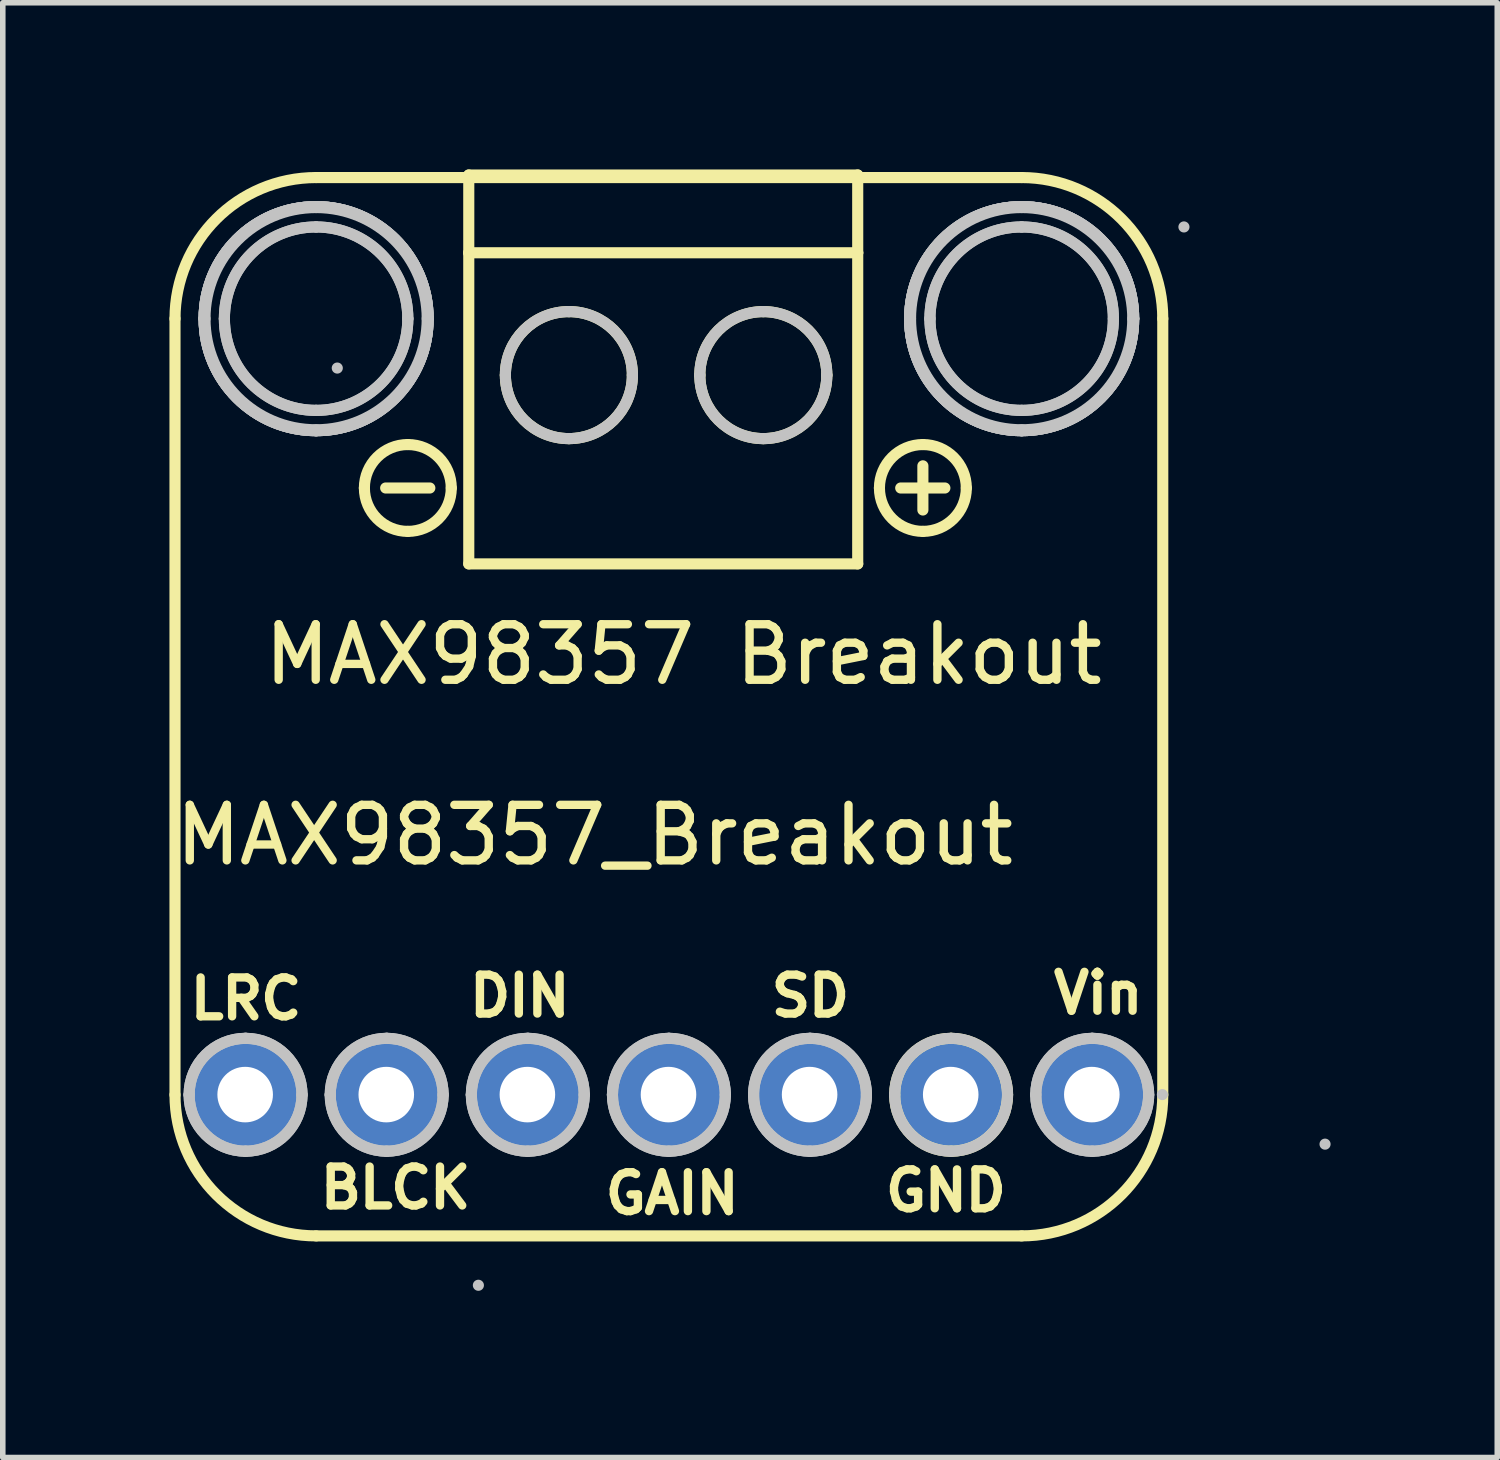
<source format=kicad_pcb>
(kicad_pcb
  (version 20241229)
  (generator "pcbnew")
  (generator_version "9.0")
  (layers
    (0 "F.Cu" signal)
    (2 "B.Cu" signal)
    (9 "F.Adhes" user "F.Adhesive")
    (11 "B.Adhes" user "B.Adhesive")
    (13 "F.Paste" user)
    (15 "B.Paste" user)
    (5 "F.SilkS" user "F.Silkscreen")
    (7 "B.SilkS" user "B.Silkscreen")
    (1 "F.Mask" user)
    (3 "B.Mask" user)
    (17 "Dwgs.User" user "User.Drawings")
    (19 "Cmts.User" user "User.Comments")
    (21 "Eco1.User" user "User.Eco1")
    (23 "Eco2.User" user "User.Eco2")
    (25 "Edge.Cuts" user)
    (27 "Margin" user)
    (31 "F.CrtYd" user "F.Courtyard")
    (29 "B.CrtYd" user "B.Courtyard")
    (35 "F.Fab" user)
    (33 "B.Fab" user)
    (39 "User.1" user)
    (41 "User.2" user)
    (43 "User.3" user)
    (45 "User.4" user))
  (footprint "MAX98357_Breakout"
    (layer "F.Cu")
    (at 9.506 19.348)
    (property "Reference" "MAX98357_Breakout" (at -1.854 -7.366 0) (layer "F.SilkS") (effects (font (size 1 1) (thickness 0.15))))
    (attr through_hole)
    (fp_line (start -9.406 -2.692) (end -9.406 -16.662) (stroke (width 0.2) (type solid)) (layer "F.SilkS"))
    (fp_line (start -6.866 -19.202) (end 5.834 -19.202) (stroke (width 0.2) (type solid)) (layer "F.SilkS"))
    (fp_line (start -5.614 -13.614) (end -4.819 -13.614) (stroke (width 0.2) (type solid)) (layer "F.SilkS"))
    (fp_line (start -4.118 -19.248) (end -4.118 -17.848) (stroke (width 0.2) (type solid)) (layer "F.SilkS"))
    (fp_line (start -4.118 -17.848) (end -4.118 -12.248) (stroke (width 0.2) (type solid)) (layer "F.SilkS"))
    (fp_line (start -4.118 -12.248) (end 2.883 -12.248) (stroke (width 0.2) (type solid)) (layer "F.SilkS"))
    (fp_line (start 2.883 -19.248) (end -4.118 -19.248) (stroke (width 0.2) (type solid)) (layer "F.SilkS"))
    (fp_line (start 2.883 -17.848) (end -4.118 -17.848) (stroke (width 0.2) (type solid)) (layer "F.SilkS"))
    (fp_line (start 2.883 -17.848) (end 2.883 -19.248) (stroke (width 0.2) (type solid)) (layer "F.SilkS"))
    (fp_line (start 2.883 -12.248) (end 2.883 -17.848) (stroke (width 0.2) (type solid)) (layer "F.SilkS"))
    (fp_line (start 4.056 -14.013) (end 4.056 -13.218) (stroke (width 0.2) (type solid)) (layer "F.SilkS"))
    (fp_line (start 4.452 -13.614) (end 3.657 -13.614) (stroke (width 0.2) (type solid)) (layer "F.SilkS"))
    (fp_line (start 5.834 -0.152) (end -6.866 -0.152) (stroke (width 0.2) (type solid)) (layer "F.SilkS"))
    (fp_line (start 8.374 -16.662) (end 8.374 -2.692) (stroke (width 0.2) (type solid)) (layer "F.SilkS"))
    (fp_curve (pts (xy -9.406 -2.692) (xy -9.406 -1.289) (xy -8.269 -0.152) (xy -6.866 -0.152)) (stroke (width 0.2) (type solid)) (layer "F.SilkS"))
    (fp_curve (pts (xy -6.866 -19.202) (xy -8.269 -19.202) (xy -9.406 -18.065) (xy -9.406 -16.662)) (stroke (width 0.2) (type solid)) (layer "F.SilkS"))
    (fp_curve (pts (xy -5.997 -13.614) (xy -5.997 -14.046) (xy -5.647 -14.396) (xy -5.215 -14.396)) (stroke (width 0.2) (type solid)) (layer "F.SilkS"))
    (fp_curve (pts (xy -5.215 -14.396) (xy -4.783 -14.396) (xy -4.433 -14.046) (xy -4.433 -13.614)) (stroke (width 0.2) (type solid)) (layer "F.SilkS"))
    (fp_curve (pts (xy -5.215 -12.833) (xy -5.647 -12.833) (xy -5.997 -13.183) (xy -5.997 -13.614)) (stroke (width 0.2) (type solid)) (layer "F.SilkS"))
    (fp_curve (pts (xy -4.433 -13.614) (xy -4.433 -13.183) (xy -4.783 -12.833) (xy -5.215 -12.833)) (stroke (width 0.2) (type solid)) (layer "F.SilkS"))
    (fp_curve (pts (xy -3.459 -15.646) (xy -3.459 -16.278) (xy -2.947 -16.789) (xy -2.316 -16.789)) (stroke (width 0.2) (type solid)) (layer "F.SilkS"))
    (fp_curve (pts (xy -2.316 -16.789) (xy -1.685 -16.789) (xy -1.173 -16.278) (xy -1.173 -15.646)) (stroke (width 0.2) (type solid)) (layer "F.SilkS"))
    (fp_curve (pts (xy -2.316 -14.503) (xy -2.947 -14.503) (xy -3.459 -15.015) (xy -3.459 -15.646)) (stroke (width 0.2) (type solid)) (layer "F.SilkS"))
    (fp_curve (pts (xy -1.173 -15.646) (xy -1.173 -15.015) (xy -1.685 -14.503) (xy -2.316 -14.503)) (stroke (width 0.2) (type solid)) (layer "F.SilkS"))
    (fp_curve (pts (xy 0.041 -15.646) (xy 0.041 -16.278) (xy 0.553 -16.789) (xy 1.184 -16.789)) (stroke (width 0.2) (type solid)) (layer "F.SilkS"))
    (fp_curve (pts (xy 1.184 -16.789) (xy 1.815 -16.789) (xy 2.327 -16.278) (xy 2.327 -15.646)) (stroke (width 0.2) (type solid)) (layer "F.SilkS"))
    (fp_curve (pts (xy 1.184 -14.503) (xy 0.553 -14.503) (xy 0.041 -15.015) (xy 0.041 -15.646)) (stroke (width 0.2) (type solid)) (layer "F.SilkS"))
    (fp_curve (pts (xy 2.327 -15.646) (xy 2.327 -15.015) (xy 1.815 -14.503) (xy 1.184 -14.503)) (stroke (width 0.2) (type solid)) (layer "F.SilkS"))
    (fp_curve (pts (xy 3.274 -13.614) (xy 3.274 -14.046) (xy 3.624 -14.396) (xy 4.056 -14.396)) (stroke (width 0.2) (type solid)) (layer "F.SilkS"))
    (fp_curve (pts (xy 3.548 -2.692) (xy 3.548 -3.253) (xy 4.003 -3.708) (xy 4.564 -3.708)) (stroke (width 0.2) (type solid)) (layer "F.SilkS"))
    (fp_curve (pts (xy 4.056 -14.396) (xy 4.488 -14.396) (xy 4.838 -14.046) (xy 4.838 -13.614)) (stroke (width 0.2) (type solid)) (layer "F.SilkS"))
    (fp_curve (pts (xy 4.056 -12.833) (xy 3.624 -12.833) (xy 3.274 -13.183) (xy 3.274 -13.614)) (stroke (width 0.2) (type solid)) (layer "F.SilkS"))
    (fp_curve (pts (xy 4.564 -3.708) (xy 5.125 -3.708) (xy 5.58 -3.253) (xy 5.58 -2.692)) (stroke (width 0.2) (type solid)) (layer "F.SilkS"))
    (fp_curve (pts (xy 4.564 -1.676) (xy 4.003 -1.676) (xy 3.548 -2.131) (xy 3.548 -2.692)) (stroke (width 0.2) (type solid)) (layer "F.SilkS"))
    (fp_curve (pts (xy 4.838 -13.614) (xy 4.838 -13.183) (xy 4.488 -12.833) (xy 4.056 -12.833)) (stroke (width 0.2) (type solid)) (layer "F.SilkS"))
    (fp_curve (pts (xy 5.58 -2.692) (xy 5.58 -2.131) (xy 5.125 -1.676) (xy 4.564 -1.676)) (stroke (width 0.2) (type solid)) (layer "F.SilkS"))
    (fp_curve (pts (xy 5.834 -0.152) (xy 7.237 -0.152) (xy 8.374 -1.289) (xy 8.374 -2.692)) (stroke (width 0.2) (type solid)) (layer "F.SilkS"))
    (fp_curve (pts (xy 8.374 -16.662) (xy 8.374 -18.065) (xy 7.237 -19.202) (xy 5.834 -19.202)) (stroke (width 0.2) (type solid)) (layer "F.SilkS"))
    (fp_curve (pts (xy -9.152 -2.692) (xy -9.152 -3.253) (xy -8.697 -3.708) (xy -8.136 -3.708)) (stroke (width 0.2) (type solid)) (layer "Dwgs.User"))
    (fp_curve (pts (xy -9.152 -2.692) (xy -9.152 -3.253) (xy -8.697 -3.708) (xy -8.136 -3.708)) (stroke (width 0.2) (type solid)) (layer "Dwgs.User"))
    (fp_curve (pts (xy -8.882 -16.662) (xy -8.882 -17.776) (xy -7.979 -18.678) (xy -6.866 -18.678)) (stroke (width 0.2) (type solid)) (layer "Dwgs.User"))
    (fp_curve (pts (xy -8.882 -16.662) (xy -8.882 -17.776) (xy -7.979 -18.678) (xy -6.866 -18.678)) (stroke (width 0.2) (type solid)) (layer "Dwgs.User"))
    (fp_curve (pts (xy -8.882 -16.662) (xy -8.882 -17.776) (xy -7.979 -18.678) (xy -6.866 -18.678)) (stroke (width 0.2) (type solid)) (layer "Dwgs.User"))
    (fp_curve (pts (xy -8.882 -16.662) (xy -8.882 -17.776) (xy -7.979 -18.678) (xy -6.866 -18.678)) (stroke (width 0.2) (type solid)) (layer "Dwgs.User"))
    (fp_curve (pts (xy -8.866 -16.662) (xy -8.866 -17.767) (xy -7.971 -18.662) (xy -6.866 -18.662)) (stroke (width 0.2) (type solid)) (layer "Dwgs.User"))
    (fp_curve (pts (xy -8.517 -16.662) (xy -8.517 -17.574) (xy -7.778 -18.313) (xy -6.866 -18.313)) (stroke (width 0.2) (type solid)) (layer "Dwgs.User"))
    (fp_curve (pts (xy -8.517 -16.662) (xy -8.517 -17.574) (xy -7.778 -18.313) (xy -6.866 -18.313)) (stroke (width 0.2) (type solid)) (layer "Dwgs.User"))
    (fp_curve (pts (xy -8.136 -3.708) (xy -7.575 -3.708) (xy -7.12 -3.253) (xy -7.12 -2.692)) (stroke (width 0.2) (type solid)) (layer "Dwgs.User"))
    (fp_curve (pts (xy -8.136 -3.708) (xy -7.575 -3.708) (xy -7.12 -3.253) (xy -7.12 -2.692)) (stroke (width 0.2) (type solid)) (layer "Dwgs.User"))
    (fp_curve (pts (xy -8.136 -1.676) (xy -8.697 -1.676) (xy -9.152 -2.131) (xy -9.152 -2.692)) (stroke (width 0.2) (type solid)) (layer "Dwgs.User"))
    (fp_curve (pts (xy -8.136 -1.676) (xy -8.697 -1.676) (xy -9.152 -2.131) (xy -9.152 -2.692)) (stroke (width 0.2) (type solid)) (layer "Dwgs.User"))
    (fp_curve (pts (xy -7.12 -2.692) (xy -7.12 -2.131) (xy -7.575 -1.676) (xy -8.136 -1.676)) (stroke (width 0.2) (type solid)) (layer "Dwgs.User"))
    (fp_curve (pts (xy -7.12 -2.692) (xy -7.12 -2.131) (xy -7.575 -1.676) (xy -8.136 -1.676)) (stroke (width 0.2) (type solid)) (layer "Dwgs.User"))
    (fp_curve (pts (xy -6.866 -18.678) (xy -5.753 -18.678) (xy -4.85 -17.776) (xy -4.85 -16.662)) (stroke (width 0.2) (type solid)) (layer "Dwgs.User"))
    (fp_curve (pts (xy -6.866 -18.678) (xy -5.753 -18.678) (xy -4.85 -17.776) (xy -4.85 -16.662)) (stroke (width 0.2) (type solid)) (layer "Dwgs.User"))
    (fp_curve (pts (xy -6.866 -18.678) (xy -5.753 -18.678) (xy -4.85 -17.776) (xy -4.85 -16.662)) (stroke (width 0.2) (type solid)) (layer "Dwgs.User"))
    (fp_curve (pts (xy -6.866 -18.678) (xy -5.753 -18.678) (xy -4.85 -17.776) (xy -4.85 -16.662)) (stroke (width 0.2) (type solid)) (layer "Dwgs.User"))
    (fp_curve (pts (xy -6.866 -18.662) (xy -5.761 -18.662) (xy -4.866 -17.767) (xy -4.866 -16.662)) (stroke (width 0.2) (type solid)) (layer "Dwgs.User"))
    (fp_curve (pts (xy -6.866 -18.313) (xy -5.954 -18.313) (xy -5.215 -17.574) (xy -5.215 -16.662)) (stroke (width 0.2) (type solid)) (layer "Dwgs.User"))
    (fp_curve (pts (xy -6.866 -18.313) (xy -5.954 -18.313) (xy -5.215 -17.574) (xy -5.215 -16.662)) (stroke (width 0.2) (type solid)) (layer "Dwgs.User"))
    (fp_curve (pts (xy -6.866 -15.011) (xy -7.778 -15.011) (xy -8.517 -15.751) (xy -8.517 -16.662)) (stroke (width 0.2) (type solid)) (layer "Dwgs.User"))
    (fp_curve (pts (xy -6.866 -15.011) (xy -7.778 -15.011) (xy -8.517 -15.751) (xy -8.517 -16.662)) (stroke (width 0.2) (type solid)) (layer "Dwgs.User"))
    (fp_curve (pts (xy -6.866 -14.662) (xy -7.971 -14.662) (xy -8.866 -15.558) (xy -8.866 -16.662)) (stroke (width 0.2) (type solid)) (layer "Dwgs.User"))
    (fp_curve (pts (xy -6.866 -14.646) (xy -7.979 -14.646) (xy -8.882 -15.549) (xy -8.882 -16.662)) (stroke (width 0.2) (type solid)) (layer "Dwgs.User"))
    (fp_curve (pts (xy -6.866 -14.646) (xy -7.979 -14.646) (xy -8.882 -15.549) (xy -8.882 -16.662)) (stroke (width 0.2) (type solid)) (layer "Dwgs.User"))
    (fp_curve (pts (xy -6.866 -14.646) (xy -7.979 -14.646) (xy -8.882 -15.549) (xy -8.882 -16.662)) (stroke (width 0.2) (type solid)) (layer "Dwgs.User"))
    (fp_curve (pts (xy -6.866 -14.646) (xy -7.979 -14.646) (xy -8.882 -15.549) (xy -8.882 -16.662)) (stroke (width 0.2) (type solid)) (layer "Dwgs.User"))
    (fp_curve (pts (xy -6.612 -2.692) (xy -6.612 -3.253) (xy -6.157 -3.708) (xy -5.596 -3.708)) (stroke (width 0.2) (type solid)) (layer "Dwgs.User"))
    (fp_curve (pts (xy -6.612 -2.692) (xy -6.612 -3.253) (xy -6.157 -3.708) (xy -5.596 -3.708)) (stroke (width 0.2) (type solid)) (layer "Dwgs.User"))
    (fp_curve (pts (xy -6.485 -15.773) (xy -6.485 -15.773) (xy -6.485 -15.773) (xy -6.485 -15.773)) (stroke (width 0.2) (type solid)) (layer "Dwgs.User"))
    (fp_curve (pts (xy -5.596 -3.708) (xy -5.035 -3.708) (xy -4.58 -3.253) (xy -4.58 -2.692)) (stroke (width 0.2) (type solid)) (layer "Dwgs.User"))
    (fp_curve (pts (xy -5.596 -3.708) (xy -5.035 -3.708) (xy -4.58 -3.253) (xy -4.58 -2.692)) (stroke (width 0.2) (type solid)) (layer "Dwgs.User"))
    (fp_curve (pts (xy -5.596 -1.676) (xy -6.157 -1.676) (xy -6.612 -2.131) (xy -6.612 -2.692)) (stroke (width 0.2) (type solid)) (layer "Dwgs.User"))
    (fp_curve (pts (xy -5.596 -1.676) (xy -6.157 -1.676) (xy -6.612 -2.131) (xy -6.612 -2.692)) (stroke (width 0.2) (type solid)) (layer "Dwgs.User"))
    (fp_curve (pts (xy -5.215 -16.662) (xy -5.215 -15.751) (xy -5.954 -15.011) (xy -6.866 -15.011)) (stroke (width 0.2) (type solid)) (layer "Dwgs.User"))
    (fp_curve (pts (xy -5.215 -16.662) (xy -5.215 -15.751) (xy -5.954 -15.011) (xy -6.866 -15.011)) (stroke (width 0.2) (type solid)) (layer "Dwgs.User"))
    (fp_curve (pts (xy -4.866 -16.662) (xy -4.866 -15.558) (xy -5.761 -14.662) (xy -6.866 -14.662)) (stroke (width 0.2) (type solid)) (layer "Dwgs.User"))
    (fp_curve (pts (xy -4.85 -16.662) (xy -4.85 -15.549) (xy -5.753 -14.646) (xy -6.866 -14.646)) (stroke (width 0.2) (type solid)) (layer "Dwgs.User"))
    (fp_curve (pts (xy -4.85 -16.662) (xy -4.85 -15.549) (xy -5.753 -14.646) (xy -6.866 -14.646)) (stroke (width 0.2) (type solid)) (layer "Dwgs.User"))
    (fp_curve (pts (xy -4.85 -16.662) (xy -4.85 -15.549) (xy -5.753 -14.646) (xy -6.866 -14.646)) (stroke (width 0.2) (type solid)) (layer "Dwgs.User"))
    (fp_curve (pts (xy -4.85 -16.662) (xy -4.85 -15.549) (xy -5.753 -14.646) (xy -6.866 -14.646)) (stroke (width 0.2) (type solid)) (layer "Dwgs.User"))
    (fp_curve (pts (xy -4.58 -2.692) (xy -4.58 -2.131) (xy -5.035 -1.676) (xy -5.596 -1.676)) (stroke (width 0.2) (type solid)) (layer "Dwgs.User"))
    (fp_curve (pts (xy -4.58 -2.692) (xy -4.58 -2.131) (xy -5.035 -1.676) (xy -5.596 -1.676)) (stroke (width 0.2) (type solid)) (layer "Dwgs.User"))
    (fp_curve (pts (xy -4.072 -2.692) (xy -4.072 -3.253) (xy -3.617 -3.708) (xy -3.056 -3.708)) (stroke (width 0.2) (type solid)) (layer "Dwgs.User"))
    (fp_curve (pts (xy -4.072 -2.692) (xy -4.072 -3.253) (xy -3.617 -3.708) (xy -3.056 -3.708)) (stroke (width 0.2) (type solid)) (layer "Dwgs.User"))
    (fp_curve (pts (xy -3.945 0.737) (xy -3.945 0.737) (xy -3.945 0.737) (xy -3.945 0.737)) (stroke (width 0.2) (type solid)) (layer "Dwgs.User"))
    (fp_curve (pts (xy -3.459 -15.646) (xy -3.459 -16.278) (xy -2.947 -16.789) (xy -2.316 -16.789)) (stroke (width 0.2) (type solid)) (layer "Dwgs.User"))
    (fp_curve (pts (xy -3.056 -3.708) (xy -2.495 -3.708) (xy -2.04 -3.253) (xy -2.04 -2.692)) (stroke (width 0.2) (type solid)) (layer "Dwgs.User"))
    (fp_curve (pts (xy -3.056 -3.708) (xy -2.495 -3.708) (xy -2.04 -3.253) (xy -2.04 -2.692)) (stroke (width 0.2) (type solid)) (layer "Dwgs.User"))
    (fp_curve (pts (xy -3.056 -1.676) (xy -3.617 -1.676) (xy -4.072 -2.131) (xy -4.072 -2.692)) (stroke (width 0.2) (type solid)) (layer "Dwgs.User"))
    (fp_curve (pts (xy -3.056 -1.676) (xy -3.617 -1.676) (xy -4.072 -2.131) (xy -4.072 -2.692)) (stroke (width 0.2) (type solid)) (layer "Dwgs.User"))
    (fp_curve (pts (xy -2.316 -16.789) (xy -1.685 -16.789) (xy -1.173 -16.278) (xy -1.173 -15.646)) (stroke (width 0.2) (type solid)) (layer "Dwgs.User"))
    (fp_curve (pts (xy -2.316 -14.503) (xy -2.947 -14.503) (xy -3.459 -15.015) (xy -3.459 -15.646)) (stroke (width 0.2) (type solid)) (layer "Dwgs.User"))
    (fp_curve (pts (xy -2.04 -2.692) (xy -2.04 -2.131) (xy -2.495 -1.676) (xy -3.056 -1.676)) (stroke (width 0.2) (type solid)) (layer "Dwgs.User"))
    (fp_curve (pts (xy -2.04 -2.692) (xy -2.04 -2.131) (xy -2.495 -1.676) (xy -3.056 -1.676)) (stroke (width 0.2) (type solid)) (layer "Dwgs.User"))
    (fp_curve (pts (xy -1.532 -2.692) (xy -1.532 -3.253) (xy -1.077 -3.708) (xy -0.516 -3.708)) (stroke (width 0.2) (type solid)) (layer "Dwgs.User"))
    (fp_curve (pts (xy -1.532 -2.692) (xy -1.532 -3.253) (xy -1.077 -3.708) (xy -0.516 -3.708)) (stroke (width 0.2) (type solid)) (layer "Dwgs.User"))
    (fp_curve (pts (xy -1.173 -15.646) (xy -1.173 -15.015) (xy -1.685 -14.503) (xy -2.316 -14.503)) (stroke (width 0.2) (type solid)) (layer "Dwgs.User"))
    (fp_curve (pts (xy -0.516 -3.708) (xy 0.045 -3.708) (xy 0.5 -3.253) (xy 0.5 -2.692)) (stroke (width 0.2) (type solid)) (layer "Dwgs.User"))
    (fp_curve (pts (xy -0.516 -3.708) (xy 0.045 -3.708) (xy 0.5 -3.253) (xy 0.5 -2.692)) (stroke (width 0.2) (type solid)) (layer "Dwgs.User"))
    (fp_curve (pts (xy -0.516 -1.676) (xy -1.077 -1.676) (xy -1.532 -2.131) (xy -1.532 -2.692)) (stroke (width 0.2) (type solid)) (layer "Dwgs.User"))
    (fp_curve (pts (xy -0.516 -1.676) (xy -1.077 -1.676) (xy -1.532 -2.131) (xy -1.532 -2.692)) (stroke (width 0.2) (type solid)) (layer "Dwgs.User"))
    (fp_curve (pts (xy 0.041 -15.646) (xy 0.041 -16.278) (xy 0.553 -16.789) (xy 1.184 -16.789)) (stroke (width 0.2) (type solid)) (layer "Dwgs.User"))
    (fp_curve (pts (xy 0.5 -2.692) (xy 0.5 -2.131) (xy 0.045 -1.676) (xy -0.516 -1.676)) (stroke (width 0.2) (type solid)) (layer "Dwgs.User"))
    (fp_curve (pts (xy 0.5 -2.692) (xy 0.5 -2.131) (xy 0.045 -1.676) (xy -0.516 -1.676)) (stroke (width 0.2) (type solid)) (layer "Dwgs.User"))
    (fp_curve (pts (xy 1.008 -2.692) (xy 1.008 -3.253) (xy 1.463 -3.708) (xy 2.024 -3.708)) (stroke (width 0.2) (type solid)) (layer "Dwgs.User"))
    (fp_curve (pts (xy 1.008 -2.692) (xy 1.008 -3.253) (xy 1.463 -3.708) (xy 2.024 -3.708)) (stroke (width 0.2) (type solid)) (layer "Dwgs.User"))
    (fp_curve (pts (xy 1.184 -16.789) (xy 1.815 -16.789) (xy 2.327 -16.278) (xy 2.327 -15.646)) (stroke (width 0.2) (type solid)) (layer "Dwgs.User"))
    (fp_curve (pts (xy 1.184 -14.503) (xy 0.553 -14.503) (xy 0.041 -15.015) (xy 0.041 -15.646)) (stroke (width 0.2) (type solid)) (layer "Dwgs.User"))
    (fp_curve (pts (xy 2.024 -3.708) (xy 2.585 -3.708) (xy 3.04 -3.253) (xy 3.04 -2.692)) (stroke (width 0.2) (type solid)) (layer "Dwgs.User"))
    (fp_curve (pts (xy 2.024 -3.708) (xy 2.585 -3.708) (xy 3.04 -3.253) (xy 3.04 -2.692)) (stroke (width 0.2) (type solid)) (layer "Dwgs.User"))
    (fp_curve (pts (xy 2.024 -1.676) (xy 1.463 -1.676) (xy 1.008 -2.131) (xy 1.008 -2.692)) (stroke (width 0.2) (type solid)) (layer "Dwgs.User"))
    (fp_curve (pts (xy 2.024 -1.676) (xy 1.463 -1.676) (xy 1.008 -2.131) (xy 1.008 -2.692)) (stroke (width 0.2) (type solid)) (layer "Dwgs.User"))
    (fp_curve (pts (xy 2.327 -15.646) (xy 2.327 -15.015) (xy 1.815 -14.503) (xy 1.184 -14.503)) (stroke (width 0.2) (type solid)) (layer "Dwgs.User"))
    (fp_curve (pts (xy 3.04 -2.692) (xy 3.04 -2.131) (xy 2.585 -1.676) (xy 2.024 -1.676)) (stroke (width 0.2) (type solid)) (layer "Dwgs.User"))
    (fp_curve (pts (xy 3.04 -2.692) (xy 3.04 -2.131) (xy 2.585 -1.676) (xy 2.024 -1.676)) (stroke (width 0.2) (type solid)) (layer "Dwgs.User"))
    (fp_curve (pts (xy 3.548 -2.692) (xy 3.548 -3.253) (xy 4.003 -3.708) (xy 4.564 -3.708)) (stroke (width 0.2) (type solid)) (layer "Dwgs.User"))
    (fp_curve (pts (xy 3.818 -16.662) (xy 3.818 -17.776) (xy 4.721 -18.678) (xy 5.834 -18.678)) (stroke (width 0.2) (type solid)) (layer "Dwgs.User"))
    (fp_curve (pts (xy 3.818 -16.662) (xy 3.818 -17.776) (xy 4.721 -18.678) (xy 5.834 -18.678)) (stroke (width 0.2) (type solid)) (layer "Dwgs.User"))
    (fp_curve (pts (xy 3.818 -16.662) (xy 3.818 -17.776) (xy 4.721 -18.678) (xy 5.834 -18.678)) (stroke (width 0.2) (type solid)) (layer "Dwgs.User"))
    (fp_curve (pts (xy 3.818 -16.662) (xy 3.818 -17.776) (xy 4.721 -18.678) (xy 5.834 -18.678)) (stroke (width 0.2) (type solid)) (layer "Dwgs.User"))
    (fp_curve (pts (xy 3.834 -16.662) (xy 3.834 -17.767) (xy 4.729 -18.662) (xy 5.834 -18.662)) (stroke (width 0.2) (type solid)) (layer "Dwgs.User"))
    (fp_curve (pts (xy 4.183 -16.662) (xy 4.183 -17.574) (xy 4.922 -18.313) (xy 5.834 -18.313)) (stroke (width 0.2) (type solid)) (layer "Dwgs.User"))
    (fp_curve (pts (xy 4.183 -16.662) (xy 4.183 -17.574) (xy 4.922 -18.313) (xy 5.834 -18.313)) (stroke (width 0.2) (type solid)) (layer "Dwgs.User"))
    (fp_curve (pts (xy 4.564 -3.708) (xy 5.125 -3.708) (xy 5.58 -3.253) (xy 5.58 -2.692)) (stroke (width 0.2) (type solid)) (layer "Dwgs.User"))
    (fp_curve (pts (xy 4.564 -1.676) (xy 4.003 -1.676) (xy 3.548 -2.131) (xy 3.548 -2.692)) (stroke (width 0.2) (type solid)) (layer "Dwgs.User"))
    (fp_curve (pts (xy 5.58 -2.692) (xy 5.58 -2.131) (xy 5.125 -1.676) (xy 4.564 -1.676)) (stroke (width 0.2) (type solid)) (layer "Dwgs.User"))
    (fp_curve (pts (xy 5.834 -18.678) (xy 6.947 -18.678) (xy 7.85 -17.776) (xy 7.85 -16.662)) (stroke (width 0.2) (type solid)) (layer "Dwgs.User"))
    (fp_curve (pts (xy 5.834 -18.678) (xy 6.947 -18.678) (xy 7.85 -17.776) (xy 7.85 -16.662)) (stroke (width 0.2) (type solid)) (layer "Dwgs.User"))
    (fp_curve (pts (xy 5.834 -18.678) (xy 6.947 -18.678) (xy 7.85 -17.776) (xy 7.85 -16.662)) (stroke (width 0.2) (type solid)) (layer "Dwgs.User"))
    (fp_curve (pts (xy 5.834 -18.678) (xy 6.947 -18.678) (xy 7.85 -17.776) (xy 7.85 -16.662)) (stroke (width 0.2) (type solid)) (layer "Dwgs.User"))
    (fp_curve (pts (xy 5.834 -18.662) (xy 6.939 -18.662) (xy 7.834 -17.767) (xy 7.834 -16.662)) (stroke (width 0.2) (type solid)) (layer "Dwgs.User"))
    (fp_curve (pts (xy 5.834 -18.313) (xy 6.746 -18.313) (xy 7.485 -17.574) (xy 7.485 -16.662)) (stroke (width 0.2) (type solid)) (layer "Dwgs.User"))
    (fp_curve (pts (xy 5.834 -18.313) (xy 6.746 -18.313) (xy 7.485 -17.574) (xy 7.485 -16.662)) (stroke (width 0.2) (type solid)) (layer "Dwgs.User"))
    (fp_curve (pts (xy 5.834 -15.011) (xy 4.922 -15.011) (xy 4.183 -15.751) (xy 4.183 -16.662)) (stroke (width 0.2) (type solid)) (layer "Dwgs.User"))
    (fp_curve (pts (xy 5.834 -15.011) (xy 4.922 -15.011) (xy 4.183 -15.751) (xy 4.183 -16.662)) (stroke (width 0.2) (type solid)) (layer "Dwgs.User"))
    (fp_curve (pts (xy 5.834 -14.662) (xy 4.729 -14.662) (xy 3.834 -15.558) (xy 3.834 -16.662)) (stroke (width 0.2) (type solid)) (layer "Dwgs.User"))
    (fp_curve (pts (xy 5.834 -14.646) (xy 4.721 -14.646) (xy 3.818 -15.549) (xy 3.818 -16.662)) (stroke (width 0.2) (type solid)) (layer "Dwgs.User"))
    (fp_curve (pts (xy 5.834 -14.646) (xy 4.721 -14.646) (xy 3.818 -15.549) (xy 3.818 -16.662)) (stroke (width 0.2) (type solid)) (layer "Dwgs.User"))
    (fp_curve (pts (xy 5.834 -14.646) (xy 4.721 -14.646) (xy 3.818 -15.549) (xy 3.818 -16.662)) (stroke (width 0.2) (type solid)) (layer "Dwgs.User"))
    (fp_curve (pts (xy 5.834 -14.646) (xy 4.721 -14.646) (xy 3.818 -15.549) (xy 3.818 -16.662)) (stroke (width 0.2) (type solid)) (layer "Dwgs.User"))
    (fp_curve (pts (xy 6.088 -2.692) (xy 6.088 -3.253) (xy 6.543 -3.708) (xy 7.104 -3.708)) (stroke (width 0.2) (type solid)) (layer "Dwgs.User"))
    (fp_curve (pts (xy 6.088 -2.692) (xy 6.088 -3.253) (xy 6.543 -3.708) (xy 7.104 -3.708)) (stroke (width 0.2) (type solid)) (layer "Dwgs.User"))
    (fp_curve (pts (xy 7.104 -3.708) (xy 7.665 -3.708) (xy 8.12 -3.253) (xy 8.12 -2.692)) (stroke (width 0.2) (type solid)) (layer "Dwgs.User"))
    (fp_curve (pts (xy 7.104 -3.708) (xy 7.665 -3.708) (xy 8.12 -3.253) (xy 8.12 -2.692)) (stroke (width 0.2) (type solid)) (layer "Dwgs.User"))
    (fp_curve (pts (xy 7.104 -1.676) (xy 6.543 -1.676) (xy 6.088 -2.131) (xy 6.088 -2.692)) (stroke (width 0.2) (type solid)) (layer "Dwgs.User"))
    (fp_curve (pts (xy 7.104 -1.676) (xy 6.543 -1.676) (xy 6.088 -2.131) (xy 6.088 -2.692)) (stroke (width 0.2) (type solid)) (layer "Dwgs.User"))
    (fp_curve (pts (xy 7.485 -16.662) (xy 7.485 -15.751) (xy 6.746 -15.011) (xy 5.834 -15.011)) (stroke (width 0.2) (type solid)) (layer "Dwgs.User"))
    (fp_curve (pts (xy 7.485 -16.662) (xy 7.485 -15.751) (xy 6.746 -15.011) (xy 5.834 -15.011)) (stroke (width 0.2) (type solid)) (layer "Dwgs.User"))
    (fp_curve (pts (xy 7.834 -16.662) (xy 7.834 -15.558) (xy 6.939 -14.662) (xy 5.834 -14.662)) (stroke (width 0.2) (type solid)) (layer "Dwgs.User"))
    (fp_curve (pts (xy 7.85 -16.662) (xy 7.85 -15.549) (xy 6.947 -14.646) (xy 5.834 -14.646)) (stroke (width 0.2) (type solid)) (layer "Dwgs.User"))
    (fp_curve (pts (xy 7.85 -16.662) (xy 7.85 -15.549) (xy 6.947 -14.646) (xy 5.834 -14.646)) (stroke (width 0.2) (type solid)) (layer "Dwgs.User"))
    (fp_curve (pts (xy 7.85 -16.662) (xy 7.85 -15.549) (xy 6.947 -14.646) (xy 5.834 -14.646)) (stroke (width 0.2) (type solid)) (layer "Dwgs.User"))
    (fp_curve (pts (xy 7.85 -16.662) (xy 7.85 -15.549) (xy 6.947 -14.646) (xy 5.834 -14.646)) (stroke (width 0.2) (type solid)) (layer "Dwgs.User"))
    (fp_curve (pts (xy 8.12 -2.692) (xy 8.12 -2.131) (xy 7.665 -1.676) (xy 7.104 -1.676)) (stroke (width 0.2) (type solid)) (layer "Dwgs.User"))
    (fp_curve (pts (xy 8.12 -2.692) (xy 8.12 -2.131) (xy 7.665 -1.676) (xy 7.104 -1.676)) (stroke (width 0.2) (type solid)) (layer "Dwgs.User"))
    (fp_curve (pts (xy 8.367 -2.695) (xy 8.367 -2.695) (xy 8.367 -2.695) (xy 8.367 -2.695)) (stroke (width 0.2) (type solid)) (layer "Dwgs.User"))
    (fp_curve (pts (xy 8.755 -18.313) (xy 8.755 -18.313) (xy 8.755 -18.313) (xy 8.755 -18.313)) (stroke (width 0.2) (type solid)) (layer "Dwgs.User"))
    (fp_curve (pts (xy 11.295 -1.803) (xy 11.295 -1.803) (xy 11.295 -1.803) (xy 11.295 -1.803)) (stroke (width 0.2) (type solid)) (layer "Dwgs.User"))
    (fp_text user "Vin" (at 7.214 -4.521 0) (layer "F.SilkS") (effects (font (size 0.7 0.7) (thickness 0.15))))
    (fp_text user "DIN" (at -3.2 -4.47 0) (layer "F.SilkS") (effects (font (size 0.7 0.7) (thickness 0.15))))
    (fp_text user "SD" (at 2.032 -4.47 0) (layer "F.SilkS") (effects (font (size 0.7 0.7) (thickness 0.15))))
    (fp_text user "BLCK" (at -5.436 -1.016 0) (layer "F.SilkS") (effects (font (size 0.7 0.7) (thickness 0.15))))
    (fp_text user "GND" (at 4.47 -0.965 0) (layer "F.SilkS") (effects (font (size 0.7 0.7) (thickness 0.15))))
    (fp_text user "GAIN" (at -0.457 -0.914 0) (layer "F.SilkS") (effects (font (size 0.7 0.7) (thickness 0.15))))
    (fp_text user "LRC" (at -8.128 -4.42 0) (layer "F.SilkS") (effects (font (size 0.7 0.7) (thickness 0.15))))
    (fp_text user "MAX98357 Breakout" (at -0.254 -10.617 0) (layer "F.SilkS") (effects (font (size 1 1) (thickness 0.15))))
    (pad "1" thru_hole circle (at 7.097 -2.695) (size 1.93 1.93) (drill 1) (layers "*.Cu" "*.Mask"))
    (pad "2" thru_hole circle (at 4.557 -2.695) (size 1.93 1.93) (drill 1) (layers "*.Cu" "*.Mask"))
    (pad "3" thru_hole circle (at 2.017 -2.695) (size 1.93 1.93) (drill 1) (layers "*.Cu" "*.Mask"))
    (pad "4" thru_hole circle (at -0.523 -2.695) (size 1.93 1.93) (drill 1) (layers "*.Cu" "*.Mask"))
    (pad "5" thru_hole circle (at -3.063 -2.695) (size 1.93 1.93) (drill 1) (layers "*.Cu" "*.Mask"))
    (pad "6" thru_hole circle (at -5.603 -2.695) (size 1.93 1.93) (drill 1) (layers "*.Cu" "*.Mask"))
    (pad "7" thru_hole circle (at -8.143 -2.695) (size 1.93 1.93) (drill 1) (layers "*.Cu" "*.Mask")))
  (gr_rect
    (start -3 -3)
    (end 23.901 23.185)
    (stroke (width 0.1) (type default))
    (fill no)
    (layer "Edge.Cuts")))
</source>
